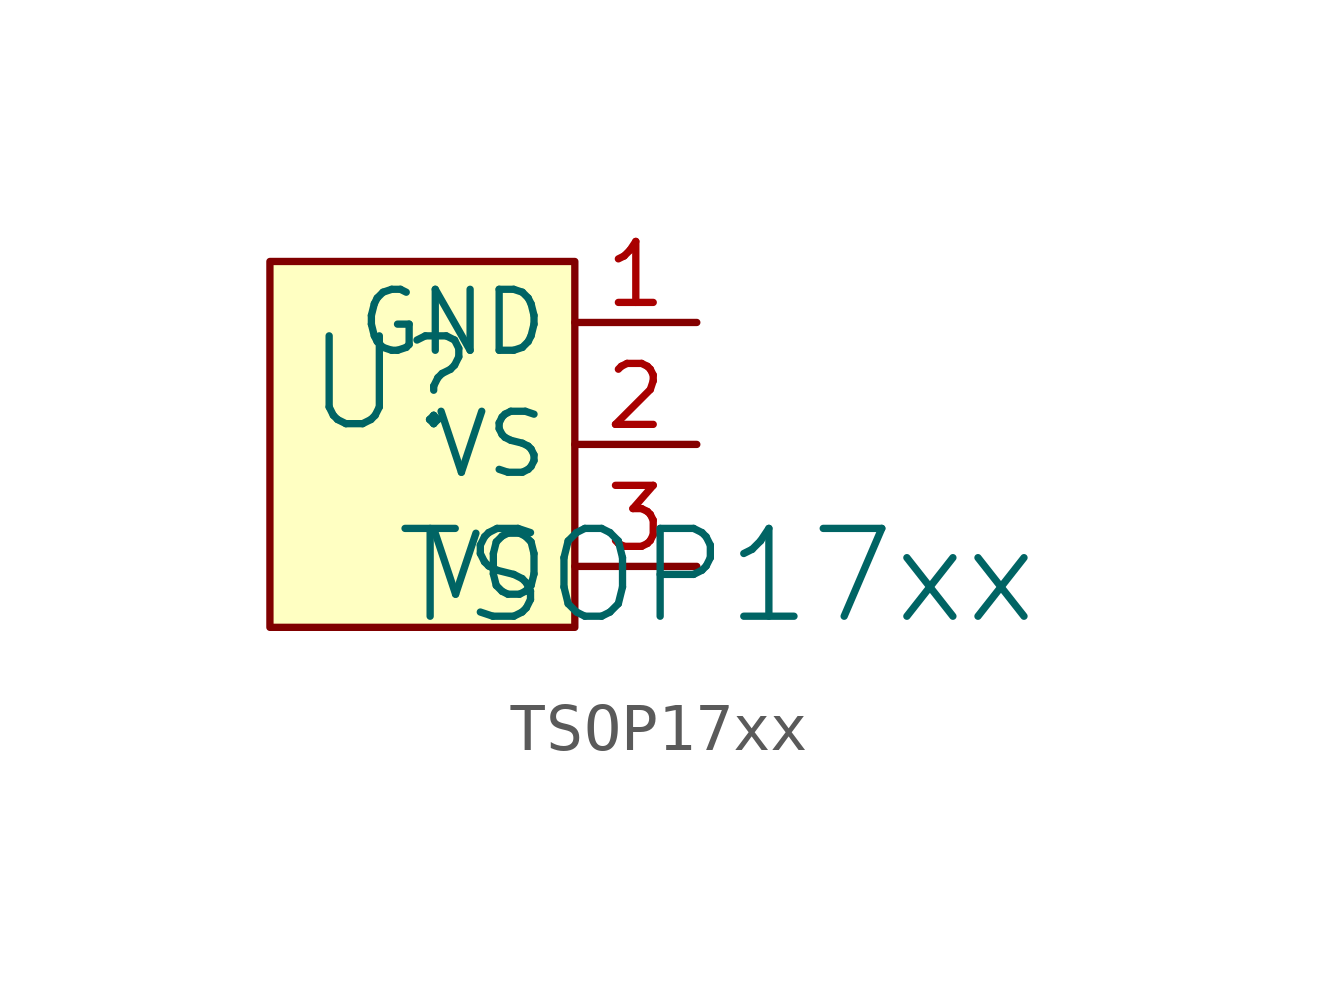
<source format=kicad_sym>
(kicad_symbol_lib
  (version 20241209)
  (generator "kicad_symbol_editor")
  (generator_version "9.0")
  (symbol "TSOP17xx"
    (property "Reference" "U"
      (at -1.27 1.27 0)
      (effects (font (size 1.829 1.829))))
    (property "Value" "TSOP17xx"
      (at -1.27 -3.81 0)
      (effects (font (size 1.829 1.829)) (justify left bottom)))
    (symbol "TSOP17xx_1_0"
      (rectangle (start 2.54 3.81) (end -3.81 -3.81) (stroke (width 0) (type solid) (color 128 0 0 1)) (fill (type background)))
      (pin passive line (at 5.08 2.54 180) (length 2.54) (name "GND" (effects (font (size 1.27 1.27)))) (number "1" (effects (font (size 1.27 1.27)))))
      (pin passive line (at 5.08 0 180) (length 2.54) (name "VS" (effects (font (size 1.27 1.27)))) (number "2" (effects (font (size 1.27 1.27)))))
      (pin passive line (at 5.08 -2.54 180) (length 2.54) (name "VO" (effects (font (size 1.27 1.27)))) (number "3" (effects (font (size 1.27 1.27))))))))
</source>
